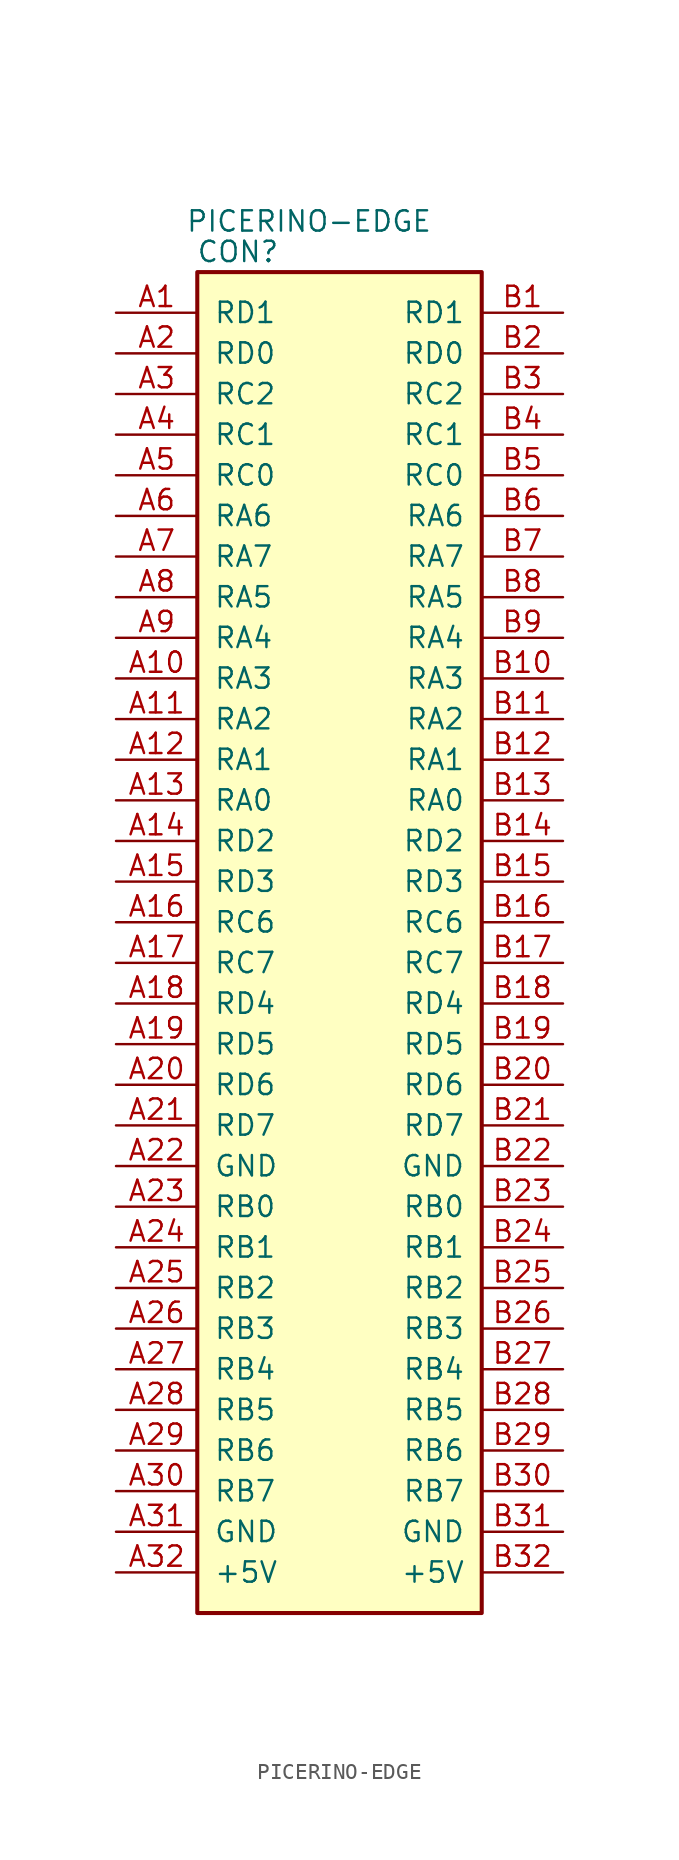
<source format=kicad_sym>
(kicad_symbol_lib
  (version 20220914)
  (generator kicad_symbol_editor)
  (symbol "PICERINO-EDGE"
    (pin_names
      (offset 1.016))
    (property "Reference" "CON"
      (at 2.54 1.27 0)
      (effects (font (size 1.27 1.27))))
    (property "Value" "PICERINO-EDGE"
      (at 6.985 3.175 0)
      (effects (font (size 1.27 1.27))))
    (symbol "PICERINO-EDGE_0_1"
      (rectangle (start 0 0) (end 17.78 -83.82) (stroke (width 0.254) (type solid)) (fill (type background))))
    (symbol "PICERINO-EDGE_1_1"
      (pin passive line (at -5.08 -2.54 0) (length 5.08) (name "RD1" (effects (font (size 1.27 1.27)))) (number "A1" (effects (font (size 1.27 1.27)))))
      (pin passive line (at -5.08 -25.4 0) (length 5.08) (name "RA3" (effects (font (size 1.27 1.27)))) (number "A10" (effects (font (size 1.27 1.27)))))
      (pin passive line (at -5.08 -27.94 0) (length 5.08) (name "RA2" (effects (font (size 1.27 1.27)))) (number "A11" (effects (font (size 1.27 1.27)))))
      (pin passive line (at -5.08 -30.48 0) (length 5.08) (name "RA1" (effects (font (size 1.27 1.27)))) (number "A12" (effects (font (size 1.27 1.27)))))
      (pin passive line (at -5.08 -33.02 0) (length 5.08) (name "RA0" (effects (font (size 1.27 1.27)))) (number "A13" (effects (font (size 1.27 1.27)))))
      (pin passive line (at -5.08 -35.56 0) (length 5.08) (name "RD2" (effects (font (size 1.27 1.27)))) (number "A14" (effects (font (size 1.27 1.27)))))
      (pin passive line (at -5.08 -38.1 0) (length 5.08) (name "RD3" (effects (font (size 1.27 1.27)))) (number "A15" (effects (font (size 1.27 1.27)))))
      (pin passive line (at -5.08 -40.64 0) (length 5.08) (name "RC6" (effects (font (size 1.27 1.27)))) (number "A16" (effects (font (size 1.27 1.27)))))
      (pin passive line (at -5.08 -43.18 0) (length 5.08) (name "RC7" (effects (font (size 1.27 1.27)))) (number "A17" (effects (font (size 1.27 1.27)))))
      (pin passive line (at -5.08 -45.72 0) (length 5.08) (name "RD4" (effects (font (size 1.27 1.27)))) (number "A18" (effects (font (size 1.27 1.27)))))
      (pin passive line (at -5.08 -48.26 0) (length 5.08) (name "RD5" (effects (font (size 1.27 1.27)))) (number "A19" (effects (font (size 1.27 1.27)))))
      (pin passive line (at -5.08 -5.08 0) (length 5.08) (name "RD0" (effects (font (size 1.27 1.27)))) (number "A2" (effects (font (size 1.27 1.27)))))
      (pin passive line (at -5.08 -50.8 0) (length 5.08) (name "RD6" (effects (font (size 1.27 1.27)))) (number "A20" (effects (font (size 1.27 1.27)))))
      (pin passive line (at -5.08 -53.34 0) (length 5.08) (name "RD7" (effects (font (size 1.27 1.27)))) (number "A21" (effects (font (size 1.27 1.27)))))
      (pin passive line (at -5.08 -55.88 0) (length 5.08) (name "GND" (effects (font (size 1.27 1.27)))) (number "A22" (effects (font (size 1.27 1.27)))))
      (pin passive line (at -5.08 -58.42 0) (length 5.08) (name "RB0" (effects (font (size 1.27 1.27)))) (number "A23" (effects (font (size 1.27 1.27)))))
      (pin passive line (at -5.08 -60.96 0) (length 5.08) (name "RB1" (effects (font (size 1.27 1.27)))) (number "A24" (effects (font (size 1.27 1.27)))))
      (pin passive line (at -5.08 -63.5 0) (length 5.08) (name "RB2" (effects (font (size 1.27 1.27)))) (number "A25" (effects (font (size 1.27 1.27)))))
      (pin passive line (at -5.08 -66.04 0) (length 5.08) (name "RB3" (effects (font (size 1.27 1.27)))) (number "A26" (effects (font (size 1.27 1.27)))))
      (pin passive line (at -5.08 -68.58 0) (length 5.08) (name "RB4" (effects (font (size 1.27 1.27)))) (number "A27" (effects (font (size 1.27 1.27)))))
      (pin passive line (at -5.08 -71.12 0) (length 5.08) (name "RB5" (effects (font (size 1.27 1.27)))) (number "A28" (effects (font (size 1.27 1.27)))))
      (pin passive line (at -5.08 -73.66 0) (length 5.08) (name "RB6" (effects (font (size 1.27 1.27)))) (number "A29" (effects (font (size 1.27 1.27)))))
      (pin passive line (at -5.08 -7.62 0) (length 5.08) (name "RC2" (effects (font (size 1.27 1.27)))) (number "A3" (effects (font (size 1.27 1.27)))))
      (pin passive line (at -5.08 -76.2 0) (length 5.08) (name "RB7" (effects (font (size 1.27 1.27)))) (number "A30" (effects (font (size 1.27 1.27)))))
      (pin passive line (at -5.08 -78.74 0) (length 5.08) (name "GND" (effects (font (size 1.27 1.27)))) (number "A31" (effects (font (size 1.27 1.27)))))
      (pin passive line (at -5.08 -81.28 0) (length 5.08) (name "+5V" (effects (font (size 1.27 1.27)))) (number "A32" (effects (font (size 1.27 1.27)))))
      (pin passive line (at -5.08 -10.16 0) (length 5.08) (name "RC1" (effects (font (size 1.27 1.27)))) (number "A4" (effects (font (size 1.27 1.27)))))
      (pin passive line (at -5.08 -12.7 0) (length 5.08) (name "RC0" (effects (font (size 1.27 1.27)))) (number "A5" (effects (font (size 1.27 1.27)))))
      (pin passive line (at -5.08 -15.24 0) (length 5.08) (name "RA6" (effects (font (size 1.27 1.27)))) (number "A6" (effects (font (size 1.27 1.27)))))
      (pin passive line (at -5.08 -17.78 0) (length 5.08) (name "RA7" (effects (font (size 1.27 1.27)))) (number "A7" (effects (font (size 1.27 1.27)))))
      (pin passive line (at -5.08 -20.32 0) (length 5.08) (name "RA5" (effects (font (size 1.27 1.27)))) (number "A8" (effects (font (size 1.27 1.27)))))
      (pin passive line (at -5.08 -22.86 0) (length 5.08) (name "RA4" (effects (font (size 1.27 1.27)))) (number "A9" (effects (font (size 1.27 1.27)))))
      (pin passive line (at 22.86 -2.54 180) (length 5.08) (name "RD1" (effects (font (size 1.27 1.27)))) (number "B1" (effects (font (size 1.27 1.27)))))
      (pin passive line (at 22.86 -25.4 180) (length 5.08) (name "RA3" (effects (font (size 1.27 1.27)))) (number "B10" (effects (font (size 1.27 1.27)))))
      (pin passive line (at 22.86 -27.94 180) (length 5.08) (name "RA2" (effects (font (size 1.27 1.27)))) (number "B11" (effects (font (size 1.27 1.27)))))
      (pin passive line (at 22.86 -30.48 180) (length 5.08) (name "RA1" (effects (font (size 1.27 1.27)))) (number "B12" (effects (font (size 1.27 1.27)))))
      (pin passive line (at 22.86 -33.02 180) (length 5.08) (name "RA0" (effects (font (size 1.27 1.27)))) (number "B13" (effects (font (size 1.27 1.27)))))
      (pin passive line (at 22.86 -35.56 180) (length 5.08) (name "RD2" (effects (font (size 1.27 1.27)))) (number "B14" (effects (font (size 1.27 1.27)))))
      (pin passive line (at 22.86 -38.1 180) (length 5.08) (name "RD3" (effects (font (size 1.27 1.27)))) (number "B15" (effects (font (size 1.27 1.27)))))
      (pin passive line (at 22.86 -40.64 180) (length 5.08) (name "RC6" (effects (font (size 1.27 1.27)))) (number "B16" (effects (font (size 1.27 1.27)))))
      (pin passive line (at 22.86 -43.18 180) (length 5.08) (name "RC7" (effects (font (size 1.27 1.27)))) (number "B17" (effects (font (size 1.27 1.27)))))
      (pin passive line (at 22.86 -45.72 180) (length 5.08) (name "RD4" (effects (font (size 1.27 1.27)))) (number "B18" (effects (font (size 1.27 1.27)))))
      (pin passive line (at 22.86 -48.26 180) (length 5.08) (name "RD5" (effects (font (size 1.27 1.27)))) (number "B19" (effects (font (size 1.27 1.27)))))
      (pin passive line (at 22.86 -5.08 180) (length 5.08) (name "RD0" (effects (font (size 1.27 1.27)))) (number "B2" (effects (font (size 1.27 1.27)))))
      (pin passive line (at 22.86 -50.8 180) (length 5.08) (name "RD6" (effects (font (size 1.27 1.27)))) (number "B20" (effects (font (size 1.27 1.27)))))
      (pin passive line (at 22.86 -53.34 180) (length 5.08) (name "RD7" (effects (font (size 1.27 1.27)))) (number "B21" (effects (font (size 1.27 1.27)))))
      (pin passive line (at 22.86 -55.88 180) (length 5.08) (name "GND" (effects (font (size 1.27 1.27)))) (number "B22" (effects (font (size 1.27 1.27)))))
      (pin passive line (at 22.86 -58.42 180) (length 5.08) (name "RB0" (effects (font (size 1.27 1.27)))) (number "B23" (effects (font (size 1.27 1.27)))))
      (pin passive line (at 22.86 -60.96 180) (length 5.08) (name "RB1" (effects (font (size 1.27 1.27)))) (number "B24" (effects (font (size 1.27 1.27)))))
      (pin passive line (at 22.86 -63.5 180) (length 5.08) (name "RB2" (effects (font (size 1.27 1.27)))) (number "B25" (effects (font (size 1.27 1.27)))))
      (pin passive line (at 22.86 -66.04 180) (length 5.08) (name "RB3" (effects (font (size 1.27 1.27)))) (number "B26" (effects (font (size 1.27 1.27)))))
      (pin passive line (at 22.86 -68.58 180) (length 5.08) (name "RB4" (effects (font (size 1.27 1.27)))) (number "B27" (effects (font (size 1.27 1.27)))))
      (pin passive line (at 22.86 -71.12 180) (length 5.08) (name "RB5" (effects (font (size 1.27 1.27)))) (number "B28" (effects (font (size 1.27 1.27)))))
      (pin passive line (at 22.86 -73.66 180) (length 5.08) (name "RB6" (effects (font (size 1.27 1.27)))) (number "B29" (effects (font (size 1.27 1.27)))))
      (pin passive line (at 22.86 -7.62 180) (length 5.08) (name "RC2" (effects (font (size 1.27 1.27)))) (number "B3" (effects (font (size 1.27 1.27)))))
      (pin passive line (at 22.86 -76.2 180) (length 5.08) (name "RB7" (effects (font (size 1.27 1.27)))) (number "B30" (effects (font (size 1.27 1.27)))))
      (pin passive line (at 22.86 -78.74 180) (length 5.08) (name "GND" (effects (font (size 1.27 1.27)))) (number "B31" (effects (font (size 1.27 1.27)))))
      (pin passive line (at 22.86 -81.28 180) (length 5.08) (name "+5V" (effects (font (size 1.27 1.27)))) (number "B32" (effects (font (size 1.27 1.27)))))
      (pin passive line (at 22.86 -10.16 180) (length 5.08) (name "RC1" (effects (font (size 1.27 1.27)))) (number "B4" (effects (font (size 1.27 1.27)))))
      (pin passive line (at 22.86 -12.7 180) (length 5.08) (name "RC0" (effects (font (size 1.27 1.27)))) (number "B5" (effects (font (size 1.27 1.27)))))
      (pin passive line (at 22.86 -15.24 180) (length 5.08) (name "RA6" (effects (font (size 1.27 1.27)))) (number "B6" (effects (font (size 1.27 1.27)))))
      (pin passive line (at 22.86 -17.78 180) (length 5.08) (name "RA7" (effects (font (size 1.27 1.27)))) (number "B7" (effects (font (size 1.27 1.27)))))
      (pin passive line (at 22.86 -20.32 180) (length 5.08) (name "RA5" (effects (font (size 1.27 1.27)))) (number "B8" (effects (font (size 1.27 1.27)))))
      (pin passive line (at 22.86 -22.86 180) (length 5.08) (name "RA4" (effects (font (size 1.27 1.27)))) (number "B9" (effects (font (size 1.27 1.27))))))))
</source>
